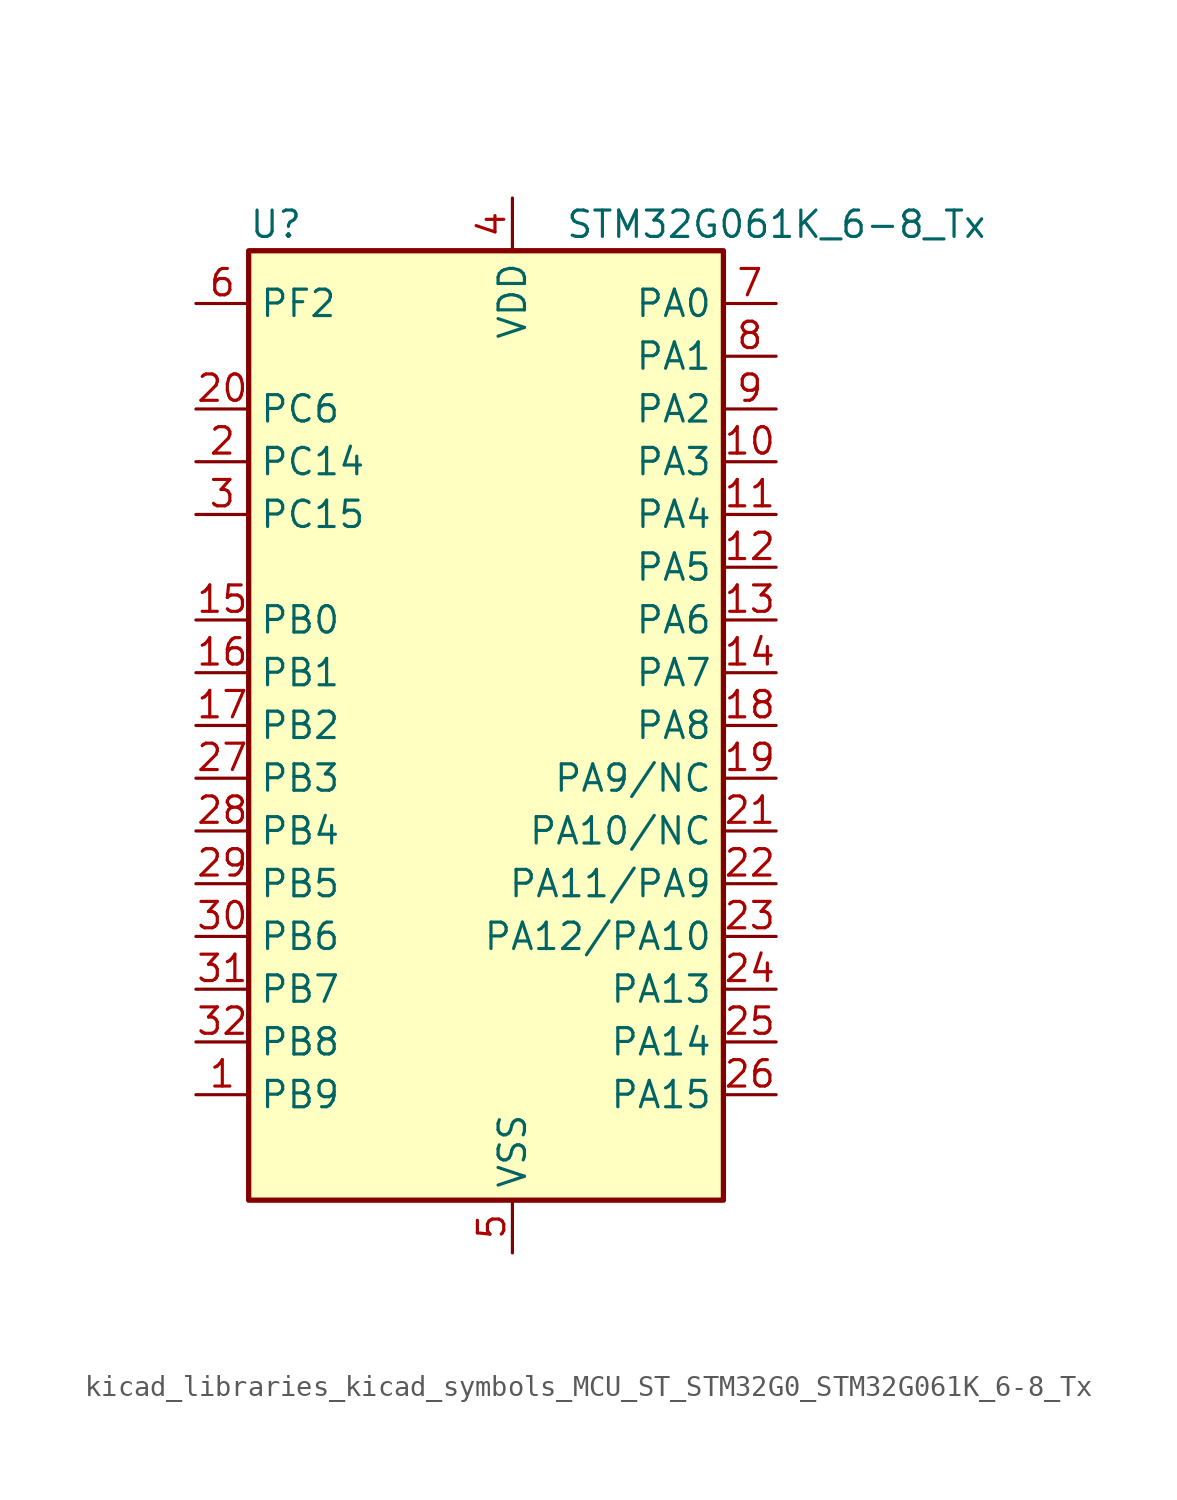
<source format=kicad_sym>
(kicad_symbol_lib
  (version 20220914)
  (generator kicad_symbol_editor)
  (symbol "kicad_libraries_kicad_symbols_MCU_ST_STM32G0_STM32G061K_6-8_Tx"
    (property "Reference" "U"
      (at -10.16 24.13 0)
      (effects (font (size 1.27 1.27)) (justify left)))
    (property "Value" "STM32G061K_6-8_Tx"
      (at 5.08 24.13 0)
      (effects (font (size 1.27 1.27)) (justify left)))
    (property "ki_locked" ""
      (at 0 0 0)
      (effects (font (size 1.27 1.27))))
    (symbol "kicad_libraries_kicad_symbols_MCU_ST_STM32G0_STM32G061K_6-8_Tx_0_1"
      (rectangle (start -10.16 -22.86) (end 12.7 22.86) (stroke (width 0.254) (type default)) (fill (type background))))
    (symbol "kicad_libraries_kicad_symbols_MCU_ST_STM32G0_STM32G061K_6-8_Tx_1_1"
      (pin bidirectional line (at -12.7 -17.78 0) (length 2.54) (name "PB9" (effects (font (size 1.27 1.27)))) (number "1" (effects (font (size 1.27 1.27)))) (alternate "DAC1_EXTI9" bidirectional line) (alternate "I2C1_SDA" bidirectional line) (alternate "IR_OUT" bidirectional line) (alternate "SPI2_NSS" bidirectional line) (alternate "TIM17_CH1" bidirectional line))
      (pin bidirectional line (at 15.24 12.7 180) (length 2.54) (name "PA3" (effects (font (size 1.27 1.27)))) (number "10" (effects (font (size 1.27 1.27)))) (alternate "ADC1_IN3" bidirectional line) (alternate "COMP2_INP" bidirectional line) (alternate "LPUART1_RX" bidirectional line) (alternate "SPI2_MISO" bidirectional line) (alternate "TIM15_CH2" bidirectional line) (alternate "TIM2_CH4" bidirectional line) (alternate "USART2_RX" bidirectional line))
      (pin bidirectional line (at 15.24 10.16 180) (length 2.54) (name "PA4" (effects (font (size 1.27 1.27)))) (number "11" (effects (font (size 1.27 1.27)))) (alternate "ADC1_IN4" bidirectional line) (alternate "DAC1_OUT1" bidirectional line) (alternate "I2S1_WS" bidirectional line) (alternate "LPTIM2_OUT" bidirectional line) (alternate "RTC_OUT1" bidirectional line) (alternate "RTC_TAMP_IN1" bidirectional line) (alternate "RTC_TS" bidirectional line) (alternate "SPI1_NSS" bidirectional line) (alternate "SPI2_MOSI" bidirectional line) (alternate "SYS_WKUP2" bidirectional line) (alternate "TIM14_CH1" bidirectional line))
      (pin bidirectional line (at 15.24 7.62 180) (length 2.54) (name "PA5" (effects (font (size 1.27 1.27)))) (number "12" (effects (font (size 1.27 1.27)))) (alternate "ADC1_IN5" bidirectional line) (alternate "DAC1_OUT2" bidirectional line) (alternate "I2S1_CK" bidirectional line) (alternate "LPTIM2_ETR" bidirectional line) (alternate "SPI1_SCK" bidirectional line) (alternate "TIM2_CH1" bidirectional line) (alternate "TIM2_ETR" bidirectional line))
      (pin bidirectional line (at 15.24 5.08 180) (length 2.54) (name "PA6" (effects (font (size 1.27 1.27)))) (number "13" (effects (font (size 1.27 1.27)))) (alternate "ADC1_IN6" bidirectional line) (alternate "COMP1_OUT" bidirectional line) (alternate "I2S1_MCK" bidirectional line) (alternate "LPUART1_CTS" bidirectional line) (alternate "SPI1_MISO" bidirectional line) (alternate "TIM16_CH1" bidirectional line) (alternate "TIM1_BK" bidirectional line) (alternate "TIM3_CH1" bidirectional line))
      (pin bidirectional line (at 15.24 2.54 180) (length 2.54) (name "PA7" (effects (font (size 1.27 1.27)))) (number "14" (effects (font (size 1.27 1.27)))) (alternate "ADC1_IN7" bidirectional line) (alternate "COMP2_OUT" bidirectional line) (alternate "I2S1_SD" bidirectional line) (alternate "SPI1_MOSI" bidirectional line) (alternate "TIM14_CH1" bidirectional line) (alternate "TIM17_CH1" bidirectional line) (alternate "TIM1_CH1N" bidirectional line) (alternate "TIM3_CH2" bidirectional line))
      (pin bidirectional line (at -12.7 5.08 0) (length 2.54) (name "PB0" (effects (font (size 1.27 1.27)))) (number "15" (effects (font (size 1.27 1.27)))) (alternate "ADC1_IN8" bidirectional line) (alternate "COMP1_OUT" bidirectional line) (alternate "I2S1_WS" bidirectional line) (alternate "LPTIM1_OUT" bidirectional line) (alternate "SPI1_NSS" bidirectional line) (alternate "TIM1_CH2N" bidirectional line) (alternate "TIM3_CH3" bidirectional line))
      (pin bidirectional line (at -12.7 2.54 0) (length 2.54) (name "PB1" (effects (font (size 1.27 1.27)))) (number "16" (effects (font (size 1.27 1.27)))) (alternate "ADC1_IN9" bidirectional line) (alternate "COMP1_INM" bidirectional line) (alternate "LPTIM2_IN1" bidirectional line) (alternate "LPUART1_DE" bidirectional line) (alternate "LPUART1_RTS" bidirectional line) (alternate "TIM14_CH1" bidirectional line) (alternate "TIM1_CH3N" bidirectional line) (alternate "TIM3_CH4" bidirectional line))
      (pin bidirectional line (at -12.7 0 0) (length 2.54) (name "PB2" (effects (font (size 1.27 1.27)))) (number "17" (effects (font (size 1.27 1.27)))) (alternate "ADC1_IN10" bidirectional line) (alternate "COMP1_INP" bidirectional line) (alternate "LPTIM1_OUT" bidirectional line) (alternate "SPI2_MISO" bidirectional line))
      (pin bidirectional line (at 15.24 0 180) (length 2.54) (name "PA8" (effects (font (size 1.27 1.27)))) (number "18" (effects (font (size 1.27 1.27)))) (alternate "LPTIM2_OUT" bidirectional line) (alternate "RCC_MCO" bidirectional line) (alternate "SPI2_NSS" bidirectional line) (alternate "TIM1_CH1" bidirectional line))
      (pin bidirectional line (at 15.24 -2.54 180) (length 2.54) (name "PA9/NC" (effects (font (size 1.27 1.27)))) (number "19" (effects (font (size 1.27 1.27)))) (alternate "DAC1_EXTI9" bidirectional line) (alternate "I2C1_SCL" bidirectional line) (alternate "RCC_MCO" bidirectional line) (alternate "SPI2_MISO" bidirectional line) (alternate "TIM15_BK" bidirectional line) (alternate "TIM1_CH2" bidirectional line) (alternate "USART1_TX" bidirectional line))
      (pin bidirectional line (at -12.7 12.7 0) (length 2.54) (name "PC14" (effects (font (size 1.27 1.27)))) (number "2" (effects (font (size 1.27 1.27)))) (alternate "RCC_OSC32_IN" bidirectional line) (alternate "RCC_OSC_IN" bidirectional line) (alternate "TIM1_BK2" bidirectional line))
      (pin bidirectional line (at -12.7 15.24 0) (length 2.54) (name "PC6" (effects (font (size 1.27 1.27)))) (number "20" (effects (font (size 1.27 1.27)))) (alternate "TIM2_CH3" bidirectional line) (alternate "TIM3_CH1" bidirectional line))
      (pin bidirectional line (at 15.24 -5.08 180) (length 2.54) (name "PA10/NC" (effects (font (size 1.27 1.27)))) (number "21" (effects (font (size 1.27 1.27)))) (alternate "I2C1_SDA" bidirectional line) (alternate "SPI2_MOSI" bidirectional line) (alternate "TIM17_BK" bidirectional line) (alternate "TIM1_CH3" bidirectional line) (alternate "USART1_RX" bidirectional line))
      (pin bidirectional line (at 15.24 -7.62 180) (length 2.54) (name "PA11/PA9" (effects (font (size 1.27 1.27)))) (number "22" (effects (font (size 1.27 1.27)))) (alternate "ADC1_EXTI11" bidirectional line) (alternate "ADC1_IN15" bidirectional line) (alternate "COMP1_OUT" bidirectional line) (alternate "I2C2_SCL" bidirectional line) (alternate "I2S1_MCK" bidirectional line) (alternate "SPI1_MISO" bidirectional line) (alternate "TIM1_BK2" bidirectional line) (alternate "TIM1_CH4" bidirectional line) (alternate "USART1_CTS" bidirectional line) (alternate "USART1_NSS" bidirectional line))
      (pin bidirectional line (at 15.24 -10.16 180) (length 2.54) (name "PA12/PA10" (effects (font (size 1.27 1.27)))) (number "23" (effects (font (size 1.27 1.27)))) (alternate "ADC1_IN16" bidirectional line) (alternate "COMP2_OUT" bidirectional line) (alternate "I2C2_SDA" bidirectional line) (alternate "I2S1_SD" bidirectional line) (alternate "I2S_CKIN" bidirectional line) (alternate "SPI1_MOSI" bidirectional line) (alternate "TIM1_ETR" bidirectional line) (alternate "USART1_CK" bidirectional line) (alternate "USART1_DE" bidirectional line) (alternate "USART1_RTS" bidirectional line))
      (pin bidirectional line (at 15.24 -12.7 180) (length 2.54) (name "PA13" (effects (font (size 1.27 1.27)))) (number "24" (effects (font (size 1.27 1.27)))) (alternate "ADC1_IN17" bidirectional line) (alternate "IR_OUT" bidirectional line) (alternate "SYS_SWDIO" bidirectional line))
      (pin bidirectional line (at 15.24 -15.24 180) (length 2.54) (name "PA14" (effects (font (size 1.27 1.27)))) (number "25" (effects (font (size 1.27 1.27)))) (alternate "ADC1_IN18" bidirectional line) (alternate "SYS_SWCLK" bidirectional line) (alternate "USART2_TX" bidirectional line))
      (pin bidirectional line (at 15.24 -17.78 180) (length 2.54) (name "PA15" (effects (font (size 1.27 1.27)))) (number "26" (effects (font (size 1.27 1.27)))) (alternate "I2S1_WS" bidirectional line) (alternate "SPI1_NSS" bidirectional line) (alternate "TIM2_CH1" bidirectional line) (alternate "TIM2_ETR" bidirectional line) (alternate "USART2_RX" bidirectional line))
      (pin bidirectional line (at -12.7 -2.54 0) (length 2.54) (name "PB3" (effects (font (size 1.27 1.27)))) (number "27" (effects (font (size 1.27 1.27)))) (alternate "COMP2_INM" bidirectional line) (alternate "I2S1_CK" bidirectional line) (alternate "SPI1_SCK" bidirectional line) (alternate "TIM1_CH2" bidirectional line) (alternate "TIM2_CH2" bidirectional line) (alternate "USART1_CK" bidirectional line) (alternate "USART1_DE" bidirectional line) (alternate "USART1_RTS" bidirectional line))
      (pin bidirectional line (at -12.7 -5.08 0) (length 2.54) (name "PB4" (effects (font (size 1.27 1.27)))) (number "28" (effects (font (size 1.27 1.27)))) (alternate "COMP2_INP" bidirectional line) (alternate "I2S1_MCK" bidirectional line) (alternate "SPI1_MISO" bidirectional line) (alternate "TIM17_BK" bidirectional line) (alternate "TIM3_CH1" bidirectional line) (alternate "USART1_CTS" bidirectional line) (alternate "USART1_NSS" bidirectional line))
      (pin bidirectional line (at -12.7 -7.62 0) (length 2.54) (name "PB5" (effects (font (size 1.27 1.27)))) (number "29" (effects (font (size 1.27 1.27)))) (alternate "COMP2_OUT" bidirectional line) (alternate "I2C1_SMBA" bidirectional line) (alternate "I2S1_SD" bidirectional line) (alternate "LPTIM1_IN1" bidirectional line) (alternate "SPI1_MOSI" bidirectional line) (alternate "SYS_WKUP6" bidirectional line) (alternate "TIM16_BK" bidirectional line) (alternate "TIM3_CH2" bidirectional line))
      (pin bidirectional line (at -12.7 10.16 0) (length 2.54) (name "PC15" (effects (font (size 1.27 1.27)))) (number "3" (effects (font (size 1.27 1.27)))) (alternate "RCC_OSC32_EN" bidirectional line) (alternate "RCC_OSC32_OUT" bidirectional line) (alternate "RCC_OSC_EN" bidirectional line) (alternate "TIM15_BK" bidirectional line))
      (pin bidirectional line (at -12.7 -10.16 0) (length 2.54) (name "PB6" (effects (font (size 1.27 1.27)))) (number "30" (effects (font (size 1.27 1.27)))) (alternate "COMP2_INP" bidirectional line) (alternate "I2C1_SCL" bidirectional line) (alternate "LPTIM1_ETR" bidirectional line) (alternate "SPI2_MISO" bidirectional line) (alternate "TIM16_CH1N" bidirectional line) (alternate "TIM1_CH3" bidirectional line) (alternate "USART1_TX" bidirectional line))
      (pin bidirectional line (at -12.7 -12.7 0) (length 2.54) (name "PB7" (effects (font (size 1.27 1.27)))) (number "31" (effects (font (size 1.27 1.27)))) (alternate "ADC1_IN11" bidirectional line) (alternate "COMP2_INM" bidirectional line) (alternate "I2C1_SDA" bidirectional line) (alternate "LPTIM1_IN2" bidirectional line) (alternate "SPI2_MOSI" bidirectional line) (alternate "SYS_PVD_IN" bidirectional line) (alternate "TIM17_CH1N" bidirectional line) (alternate "USART1_RX" bidirectional line))
      (pin bidirectional line (at -12.7 -15.24 0) (length 2.54) (name "PB8" (effects (font (size 1.27 1.27)))) (number "32" (effects (font (size 1.27 1.27)))) (alternate "I2C1_SCL" bidirectional line) (alternate "SPI2_SCK" bidirectional line) (alternate "TIM15_BK" bidirectional line) (alternate "TIM16_CH1" bidirectional line))
      (pin power_in line (at 2.54 25.4 270) (length 2.54) (name "VDD" (effects (font (size 1.27 1.27)))) (number "4" (effects (font (size 1.27 1.27)))))
      (pin power_in line (at 2.54 -25.4 90) (length 2.54) (name "VSS" (effects (font (size 1.27 1.27)))) (number "5" (effects (font (size 1.27 1.27)))))
      (pin bidirectional line (at -12.7 20.32 0) (length 2.54) (name "PF2" (effects (font (size 1.27 1.27)))) (number "6" (effects (font (size 1.27 1.27)))) (alternate "RCC_MCO" bidirectional line))
      (pin bidirectional line (at 15.24 20.32 180) (length 2.54) (name "PA0" (effects (font (size 1.27 1.27)))) (number "7" (effects (font (size 1.27 1.27)))) (alternate "ADC1_IN0" bidirectional line) (alternate "COMP1_INM" bidirectional line) (alternate "COMP1_OUT" bidirectional line) (alternate "LPTIM1_OUT" bidirectional line) (alternate "RTC_TAMP_IN2" bidirectional line) (alternate "SPI2_SCK" bidirectional line) (alternate "SYS_WKUP1" bidirectional line) (alternate "TIM2_CH1" bidirectional line) (alternate "TIM2_ETR" bidirectional line) (alternate "USART2_CTS" bidirectional line) (alternate "USART2_NSS" bidirectional line))
      (pin bidirectional line (at 15.24 17.78 180) (length 2.54) (name "PA1" (effects (font (size 1.27 1.27)))) (number "8" (effects (font (size 1.27 1.27)))) (alternate "ADC1_IN1" bidirectional line) (alternate "COMP1_INP" bidirectional line) (alternate "I2C1_SMBA" bidirectional line) (alternate "I2S1_CK" bidirectional line) (alternate "SPI1_SCK" bidirectional line) (alternate "TIM15_CH1N" bidirectional line) (alternate "TIM2_CH2" bidirectional line) (alternate "USART2_CK" bidirectional line) (alternate "USART2_DE" bidirectional line) (alternate "USART2_RTS" bidirectional line))
      (pin bidirectional line (at 15.24 15.24 180) (length 2.54) (name "PA2" (effects (font (size 1.27 1.27)))) (number "9" (effects (font (size 1.27 1.27)))) (alternate "ADC1_IN2" bidirectional line) (alternate "COMP2_INM" bidirectional line) (alternate "COMP2_OUT" bidirectional line) (alternate "I2S1_SD" bidirectional line) (alternate "LPUART1_TX" bidirectional line) (alternate "RCC_LSCO" bidirectional line) (alternate "SPI1_MOSI" bidirectional line) (alternate "SYS_WKUP4" bidirectional line) (alternate "TIM15_CH1" bidirectional line) (alternate "TIM2_CH3" bidirectional line) (alternate "USART2_TX" bidirectional line)))))
</source>
